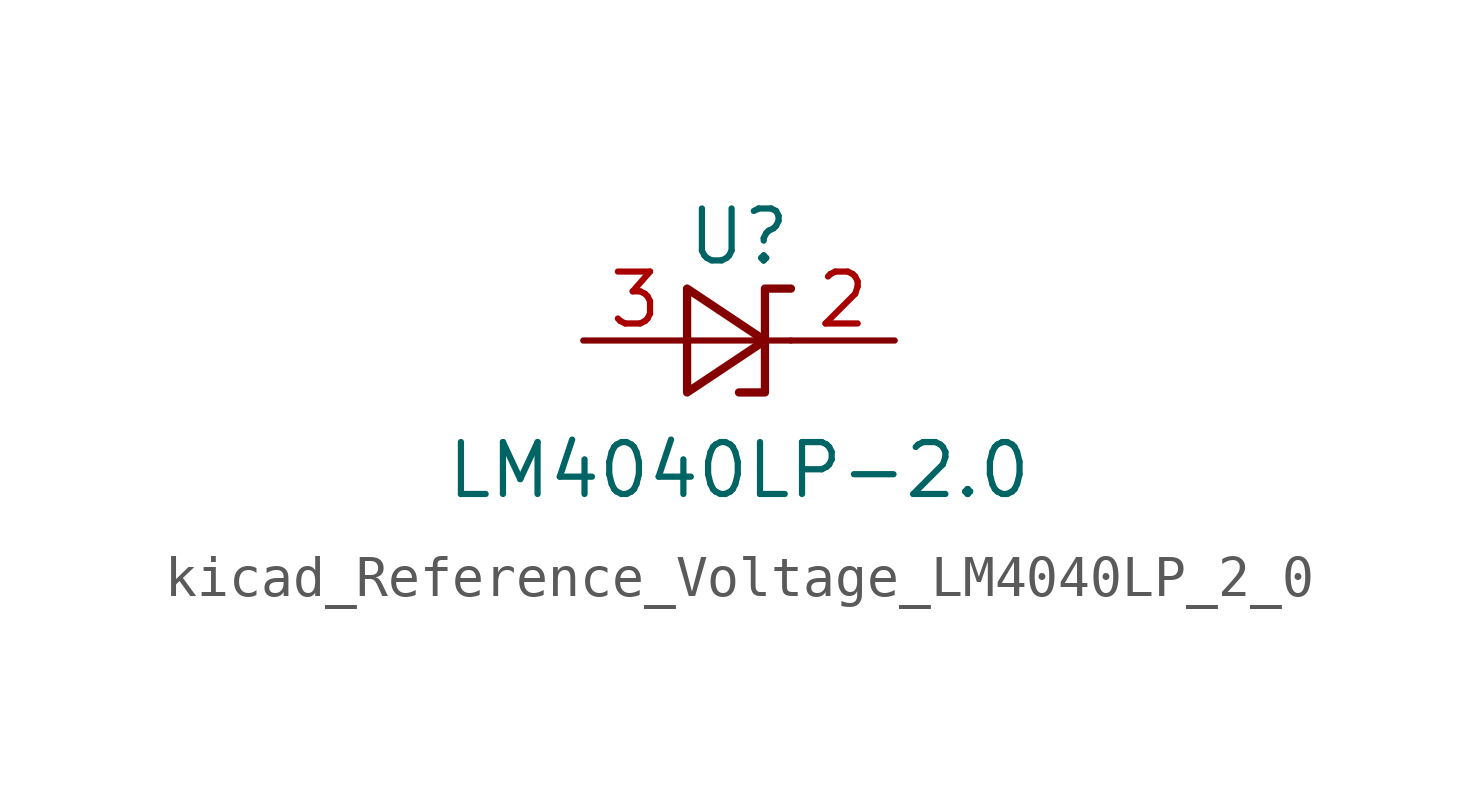
<source format=kicad_sym>
(kicad_symbol_lib
  (version 20220914)
  (generator kicad_symbol_editor)
  (symbol "kicad_Reference_Voltage_LM4040LP_2_0"
    (pin_names
      (offset 0.025) hide)
    (property "Reference" "U"
      (at 0 2.54 0)
      (effects (font (size 1.27 1.27))))
    (property "Value" "LM4040LP-2.0"
      (at 0 -3.175 0)
      (effects (font (size 1.27 1.27))))
    (symbol "kicad_Reference_Voltage_LM4040LP_2_0_0_1"
      (polyline (pts (xy -1.27 0) (xy 0 0) (xy 1.27 0)) (stroke (width 0) (type default)) (fill (type none)))
      (polyline (pts (xy -1.27 -1.27) (xy 0.635 0) (xy -1.27 1.27) (xy -1.27 -1.27)) (stroke (width 0.203) (type default)) (fill (type none)))
      (polyline (pts (xy 0 -1.27) (xy 0.635 -1.27) (xy 0.635 1.27) (xy 1.27 1.27)) (stroke (width 0.203) (type default)) (fill (type none))))
    (symbol "kicad_Reference_Voltage_LM4040LP_2_0_1_1"
      (pin passive line (at 3.81 0 180) (length 2.54) (name "K" (effects (font (size 1.27 1.27)))) (number "2" (effects (font (size 1.27 1.27)))))
      (pin passive line (at -3.81 0 0) (length 2.54) (name "A" (effects (font (size 1.27 1.27)))) (number "3" (effects (font (size 1.27 1.27))))))))
</source>
